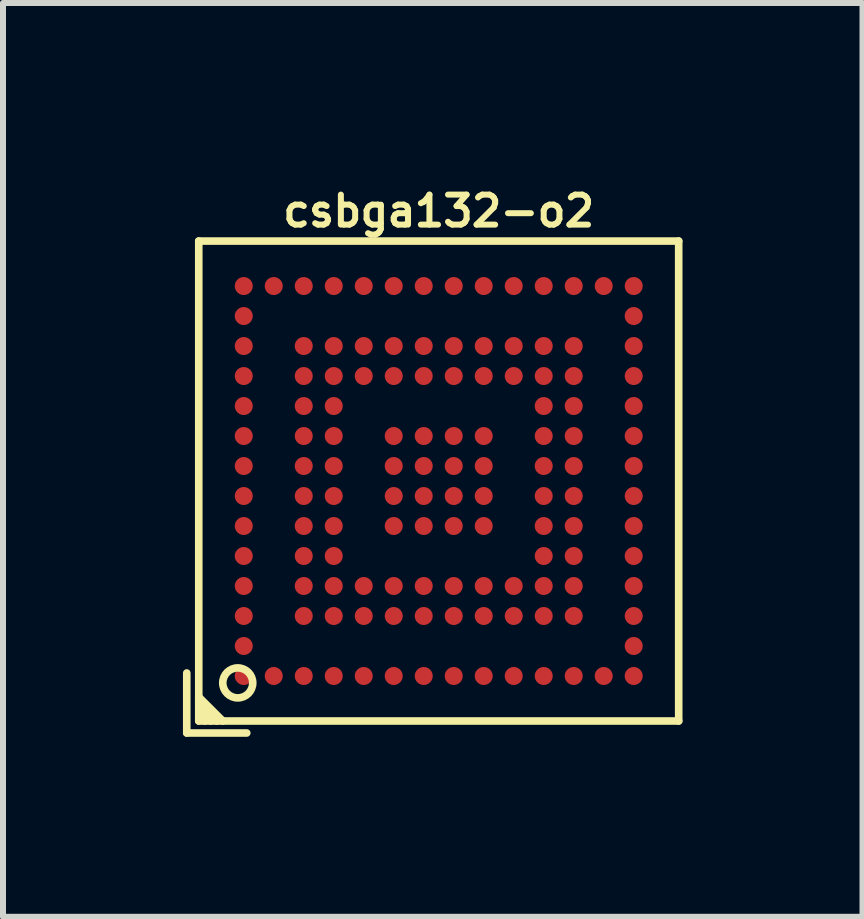
<source format=kicad_pcb>
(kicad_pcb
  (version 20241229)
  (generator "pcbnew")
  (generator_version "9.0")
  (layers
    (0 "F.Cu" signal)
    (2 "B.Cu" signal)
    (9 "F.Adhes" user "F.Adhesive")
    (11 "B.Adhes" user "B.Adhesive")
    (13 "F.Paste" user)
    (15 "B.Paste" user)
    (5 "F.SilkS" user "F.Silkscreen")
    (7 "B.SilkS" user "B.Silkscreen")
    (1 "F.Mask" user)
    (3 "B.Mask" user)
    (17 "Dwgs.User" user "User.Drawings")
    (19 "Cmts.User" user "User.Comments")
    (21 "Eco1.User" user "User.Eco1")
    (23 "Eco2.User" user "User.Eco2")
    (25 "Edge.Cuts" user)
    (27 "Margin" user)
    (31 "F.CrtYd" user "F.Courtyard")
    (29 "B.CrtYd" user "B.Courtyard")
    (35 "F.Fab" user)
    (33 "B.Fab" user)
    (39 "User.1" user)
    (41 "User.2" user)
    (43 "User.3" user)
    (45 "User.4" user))
  (footprint "csbga132-o2"
    (layer "F.Cu")
    (at 4.263 4.968)
    (property "Reference" "csbga132-o2" (at 0 -4.5 0) (layer "F.SilkS") (effects (font (size 0.5 0.5) (thickness 0.1))))
    (attr through_hole)
    (fp_line (start -4.2 3.2) (end -4.2 4.2) (stroke (width 0.127) (type solid)) (layer "F.SilkS"))
    (fp_line (start -4.2 4.2) (end -3.2 4.2) (stroke (width 0.127) (type solid)) (layer "F.SilkS"))
    (fp_line (start -4 -4) (end 4 -4) (stroke (width 0.127) (type solid)) (layer "F.SilkS"))
    (fp_line (start -4 3.6) (end -3.6 4) (stroke (width 0.127) (type solid)) (layer "F.SilkS"))
    (fp_line (start -4 3.7) (end -3.7 4) (stroke (width 0.127) (type solid)) (layer "F.SilkS"))
    (fp_line (start -4 4) (end -4 -4) (stroke (width 0.127) (type solid)) (layer "F.SilkS"))
    (fp_line (start -3.9 4) (end -4 3.9) (stroke (width 0.127) (type solid)) (layer "F.SilkS"))
    (fp_line (start -3.8 4) (end -4 3.8) (stroke (width 0.127) (type solid)) (layer "F.SilkS"))
    (fp_line (start 4 -4) (end 4 4) (stroke (width 0.127) (type solid)) (layer "F.SilkS"))
    (fp_line (start 4 4) (end -4 4) (stroke (width 0.127) (type solid)) (layer "F.SilkS"))
    (fp_circle (center -3.35 3.365) (end -3.6 3.365) (stroke (width 0.127) (type solid)) (fill no) (layer "F.SilkS"))
    (pad "A1" smd circle (at -3.25 3.25) (size 0.3 0.3) (layers "F.Cu" "F.Mask" "F.Paste"))
    (pad "A2" smd circle (at -3.25 2.75) (size 0.3 0.3) (layers "F.Cu" "F.Mask" "F.Paste"))
    (pad "A3" smd circle (at -3.25 2.25) (size 0.3 0.3) (layers "F.Cu" "F.Mask" "F.Paste"))
    (pad "A4" smd circle (at -3.25 1.75) (size 0.3 0.3) (layers "F.Cu" "F.Mask" "F.Paste"))
    (pad "A5" smd circle (at -3.25 1.25) (size 0.3 0.3) (layers "F.Cu" "F.Mask" "F.Paste"))
    (pad "A6" smd circle (at -3.25 0.75) (size 0.3 0.3) (layers "F.Cu" "F.Mask" "F.Paste"))
    (pad "A7" smd circle (at -3.25 0.25) (size 0.3 0.3) (layers "F.Cu" "F.Mask" "F.Paste"))
    (pad "A8" smd circle (at -3.25 -0.25) (size 0.3 0.3) (layers "F.Cu" "F.Mask" "F.Paste"))
    (pad "A9" smd circle (at -3.25 -0.75) (size 0.3 0.3) (layers "F.Cu" "F.Mask" "F.Paste"))
    (pad "A10" smd circle (at -3.25 -1.25) (size 0.3 0.3) (layers "F.Cu" "F.Mask" "F.Paste"))
    (pad "A11" smd circle (at -3.25 -1.75) (size 0.3 0.3) (layers "F.Cu" "F.Mask" "F.Paste"))
    (pad "A12" smd circle (at -3.25 -2.25) (size 0.3 0.3) (layers "F.Cu" "F.Mask" "F.Paste"))
    (pad "A13" smd circle (at -3.25 -2.75) (size 0.3 0.3) (layers "F.Cu" "F.Mask" "F.Paste"))
    (pad "A14" smd circle (at -3.25 -3.25) (size 0.3 0.3) (layers "F.Cu" "F.Mask" "F.Paste"))
    (pad "B1" smd circle (at -2.75 3.25) (size 0.3 0.3) (layers "F.Cu" "F.Mask" "F.Paste"))
    (pad "B14" smd circle (at -2.75 -3.25) (size 0.3 0.3) (layers "F.Cu" "F.Mask" "F.Paste"))
    (pad "C1" smd circle (at -2.25 3.25) (size 0.3 0.3) (layers "F.Cu" "F.Mask" "F.Paste"))
    (pad "C3" smd circle (at -2.25 2.25) (size 0.3 0.3) (layers "F.Cu" "F.Mask" "F.Paste"))
    (pad "C4" smd circle (at -2.25 1.75) (size 0.3 0.3) (layers "F.Cu" "F.Mask" "F.Paste"))
    (pad "C5" smd circle (at -2.25 1.25) (size 0.3 0.3) (layers "F.Cu" "F.Mask" "F.Paste"))
    (pad "C6" smd circle (at -2.25 0.75) (size 0.3 0.3) (layers "F.Cu" "F.Mask" "F.Paste"))
    (pad "C7" smd circle (at -2.25 0.25) (size 0.3 0.3) (layers "F.Cu" "F.Mask" "F.Paste"))
    (pad "C8" smd circle (at -2.25 -0.25) (size 0.3 0.3) (layers "F.Cu" "F.Mask" "F.Paste"))
    (pad "C9" smd circle (at -2.25 -0.75) (size 0.3 0.3) (layers "F.Cu" "F.Mask" "F.Paste"))
    (pad "C10" smd circle (at -2.25 -1.25) (size 0.3 0.3) (layers "F.Cu" "F.Mask" "F.Paste"))
    (pad "C11" smd circle (at -2.25 -1.75) (size 0.3 0.3) (layers "F.Cu" "F.Mask" "F.Paste"))
    (pad "C12" smd circle (at -2.25 -2.25) (size 0.3 0.3) (layers "F.Cu" "F.Mask" "F.Paste"))
    (pad "C14" smd circle (at -2.25 -3.25) (size 0.3 0.3) (layers "F.Cu" "F.Mask" "F.Paste"))
    (pad "D1" smd circle (at -1.75 3.25) (size 0.3 0.3) (layers "F.Cu" "F.Mask" "F.Paste"))
    (pad "D3" smd circle (at -1.75 2.25) (size 0.3 0.3) (layers "F.Cu" "F.Mask" "F.Paste"))
    (pad "D4" smd circle (at -1.75 1.75) (size 0.3 0.3) (layers "F.Cu" "F.Mask" "F.Paste"))
    (pad "D5" smd circle (at -1.75 1.25) (size 0.3 0.3) (layers "F.Cu" "F.Mask" "F.Paste"))
    (pad "D6" smd circle (at -1.75 0.75) (size 0.3 0.3) (layers "F.Cu" "F.Mask" "F.Paste"))
    (pad "D7" smd circle (at -1.75 0.25) (size 0.3 0.3) (layers "F.Cu" "F.Mask" "F.Paste"))
    (pad "D8" smd circle (at -1.75 -0.25) (size 0.3 0.3) (layers "F.Cu" "F.Mask" "F.Paste"))
    (pad "D9" smd circle (at -1.75 -0.75) (size 0.3 0.3) (layers "F.Cu" "F.Mask" "F.Paste"))
    (pad "D10" smd circle (at -1.75 -1.25) (size 0.3 0.3) (layers "F.Cu" "F.Mask" "F.Paste"))
    (pad "D11" smd circle (at -1.75 -1.75) (size 0.3 0.3) (layers "F.Cu" "F.Mask" "F.Paste"))
    (pad "D12" smd circle (at -1.75 -2.25) (size 0.3 0.3) (layers "F.Cu" "F.Mask" "F.Paste"))
    (pad "D14" smd circle (at -1.75 -3.25) (size 0.3 0.3) (layers "F.Cu" "F.Mask" "F.Paste"))
    (pad "E1" smd circle (at -1.25 3.25) (size 0.3 0.3) (layers "F.Cu" "F.Mask" "F.Paste"))
    (pad "E3" smd circle (at -1.25 2.25) (size 0.3 0.3) (layers "F.Cu" "F.Mask" "F.Paste"))
    (pad "E4" smd circle (at -1.25 1.75) (size 0.3 0.3) (layers "F.Cu" "F.Mask" "F.Paste"))
    (pad "E11" smd circle (at -1.25 -1.75) (size 0.3 0.3) (layers "F.Cu" "F.Mask" "F.Paste"))
    (pad "E12" smd circle (at -1.25 -2.25) (size 0.3 0.3) (layers "F.Cu" "F.Mask" "F.Paste"))
    (pad "E14" smd circle (at -1.25 -3.25) (size 0.3 0.3) (layers "F.Cu" "F.Mask" "F.Paste"))
    (pad "F1" smd circle (at -0.75 3.25) (size 0.3 0.3) (layers "F.Cu" "F.Mask" "F.Paste"))
    (pad "F3" smd circle (at -0.75 2.25) (size 0.3 0.3) (layers "F.Cu" "F.Mask" "F.Paste"))
    (pad "F4" smd circle (at -0.75 1.75) (size 0.3 0.3) (layers "F.Cu" "F.Mask" "F.Paste"))
    (pad "F6" smd circle (at -0.75 0.75) (size 0.3 0.3) (layers "F.Cu" "F.Mask" "F.Paste"))
    (pad "F7" smd circle (at -0.75 0.25) (size 0.3 0.3) (layers "F.Cu" "F.Mask" "F.Paste"))
    (pad "F8" smd circle (at -0.75 -0.25) (size 0.3 0.3) (layers "F.Cu" "F.Mask" "F.Paste"))
    (pad "F9" smd circle (at -0.75 -0.75) (size 0.3 0.3) (layers "F.Cu" "F.Mask" "F.Paste"))
    (pad "F11" smd circle (at -0.75 -1.75) (size 0.3 0.3) (layers "F.Cu" "F.Mask" "F.Paste"))
    (pad "F12" smd circle (at -0.75 -2.25) (size 0.3 0.3) (layers "F.Cu" "F.Mask" "F.Paste"))
    (pad "F14" smd circle (at -0.75 -3.25) (size 0.3 0.3) (layers "F.Cu" "F.Mask" "F.Paste"))
    (pad "G1" smd circle (at -0.25 3.25) (size 0.3 0.3) (layers "F.Cu" "F.Mask" "F.Paste"))
    (pad "G3" smd circle (at -0.25 2.25) (size 0.3 0.3) (layers "F.Cu" "F.Mask" "F.Paste"))
    (pad "G4" smd circle (at -0.25 1.75) (size 0.3 0.3) (layers "F.Cu" "F.Mask" "F.Paste"))
    (pad "G6" smd circle (at -0.25 0.75) (size 0.3 0.3) (layers "F.Cu" "F.Mask" "F.Paste"))
    (pad "G7" smd circle (at -0.25 0.25) (size 0.3 0.3) (layers "F.Cu" "F.Mask" "F.Paste"))
    (pad "G8" smd circle (at -0.25 -0.25) (size 0.3 0.3) (layers "F.Cu" "F.Mask" "F.Paste"))
    (pad "G9" smd circle (at -0.25 -0.75) (size 0.3 0.3) (layers "F.Cu" "F.Mask" "F.Paste"))
    (pad "G11" smd circle (at -0.25 -1.75) (size 0.3 0.3) (layers "F.Cu" "F.Mask" "F.Paste"))
    (pad "G12" smd circle (at -0.25 -2.25) (size 0.3 0.3) (layers "F.Cu" "F.Mask" "F.Paste"))
    (pad "G14" smd circle (at -0.25 -3.25) (size 0.3 0.3) (layers "F.Cu" "F.Mask" "F.Paste"))
    (pad "H1" smd circle (at 0.25 3.25) (size 0.3 0.3) (layers "F.Cu" "F.Mask" "F.Paste"))
    (pad "H3" smd circle (at 0.25 2.25) (size 0.3 0.3) (layers "F.Cu" "F.Mask" "F.Paste"))
    (pad "H4" smd circle (at 0.25 1.75) (size 0.3 0.3) (layers "F.Cu" "F.Mask" "F.Paste"))
    (pad "H6" smd circle (at 0.25 0.75) (size 0.3 0.3) (layers "F.Cu" "F.Mask" "F.Paste"))
    (pad "H7" smd circle (at 0.25 0.25) (size 0.3 0.3) (layers "F.Cu" "F.Mask" "F.Paste"))
    (pad "H8" smd circle (at 0.25 -0.25) (size 0.3 0.3) (layers "F.Cu" "F.Mask" "F.Paste"))
    (pad "H9" smd circle (at 0.25 -0.75) (size 0.3 0.3) (layers "F.Cu" "F.Mask" "F.Paste"))
    (pad "H11" smd circle (at 0.25 -1.75) (size 0.3 0.3) (layers "F.Cu" "F.Mask" "F.Paste"))
    (pad "H12" smd circle (at 0.25 -2.25) (size 0.3 0.3) (layers "F.Cu" "F.Mask" "F.Paste"))
    (pad "H14" smd circle (at 0.25 -3.25) (size 0.3 0.3) (layers "F.Cu" "F.Mask" "F.Paste"))
    (pad "J1" smd circle (at 0.75 3.25) (size 0.3 0.3) (layers "F.Cu" "F.Mask" "F.Paste"))
    (pad "J3" smd circle (at 0.75 2.25) (size 0.3 0.3) (layers "F.Cu" "F.Mask" "F.Paste"))
    (pad "J4" smd circle (at 0.75 1.75) (size 0.3 0.3) (layers "F.Cu" "F.Mask" "F.Paste"))
    (pad "J6" smd circle (at 0.75 0.75) (size 0.3 0.3) (layers "F.Cu" "F.Mask" "F.Paste"))
    (pad "J7" smd circle (at 0.75 0.25) (size 0.3 0.3) (layers "F.Cu" "F.Mask" "F.Paste"))
    (pad "J8" smd circle (at 0.75 -0.25) (size 0.3 0.3) (layers "F.Cu" "F.Mask" "F.Paste"))
    (pad "J9" smd circle (at 0.75 -0.75) (size 0.3 0.3) (layers "F.Cu" "F.Mask" "F.Paste"))
    (pad "J11" smd circle (at 0.75 -1.75) (size 0.3 0.3) (layers "F.Cu" "F.Mask" "F.Paste"))
    (pad "J12" smd circle (at 0.75 -2.25) (size 0.3 0.3) (layers "F.Cu" "F.Mask" "F.Paste"))
    (pad "J14" smd circle (at 0.75 -3.25) (size 0.3 0.3) (layers "F.Cu" "F.Mask" "F.Paste"))
    (pad "K1" smd circle (at 1.25 3.25) (size 0.3 0.3) (layers "F.Cu" "F.Mask" "F.Paste"))
    (pad "K3" smd circle (at 1.25 2.25) (size 0.3 0.3) (layers "F.Cu" "F.Mask" "F.Paste"))
    (pad "K4" smd circle (at 1.25 1.75) (size 0.3 0.3) (layers "F.Cu" "F.Mask" "F.Paste"))
    (pad "K11" smd circle (at 1.25 -1.75) (size 0.3 0.3) (layers "F.Cu" "F.Mask" "F.Paste"))
    (pad "K12" smd circle (at 1.25 -2.25) (size 0.3 0.3) (layers "F.Cu" "F.Mask" "F.Paste"))
    (pad "K14" smd circle (at 1.25 -3.25) (size 0.3 0.3) (layers "F.Cu" "F.Mask" "F.Paste"))
    (pad "L1" smd circle (at 1.75 3.25) (size 0.3 0.3) (layers "F.Cu" "F.Mask" "F.Paste"))
    (pad "L3" smd circle (at 1.75 2.25) (size 0.3 0.3) (layers "F.Cu" "F.Mask" "F.Paste"))
    (pad "L4" smd circle (at 1.75 1.75) (size 0.3 0.3) (layers "F.Cu" "F.Mask" "F.Paste"))
    (pad "L5" smd circle (at 1.75 1.25) (size 0.3 0.3) (layers "F.Cu" "F.Mask" "F.Paste"))
    (pad "L6" smd circle (at 1.75 0.75) (size 0.3 0.3) (layers "F.Cu" "F.Mask" "F.Paste"))
    (pad "L7" smd circle (at 1.75 0.25) (size 0.3 0.3) (layers "F.Cu" "F.Mask" "F.Paste"))
    (pad "L8" smd circle (at 1.75 -0.25) (size 0.3 0.3) (layers "F.Cu" "F.Mask" "F.Paste"))
    (pad "L9" smd circle (at 1.75 -0.75) (size 0.3 0.3) (layers "F.Cu" "F.Mask" "F.Paste"))
    (pad "L10" smd circle (at 1.75 -1.25) (size 0.3 0.3) (layers "F.Cu" "F.Mask" "F.Paste"))
    (pad "L11" smd circle (at 1.75 -1.75) (size 0.3 0.3) (layers "F.Cu" "F.Mask" "F.Paste"))
    (pad "L12" smd circle (at 1.75 -2.25) (size 0.3 0.3) (layers "F.Cu" "F.Mask" "F.Paste"))
    (pad "L14" smd circle (at 1.75 -3.25) (size 0.3 0.3) (layers "F.Cu" "F.Mask" "F.Paste"))
    (pad "M1" smd circle (at 2.25 3.25) (size 0.3 0.3) (layers "F.Cu" "F.Mask" "F.Paste"))
    (pad "M3" smd circle (at 2.25 2.25) (size 0.3 0.3) (layers "F.Cu" "F.Mask" "F.Paste"))
    (pad "M4" smd circle (at 2.25 1.75) (size 0.3 0.3) (layers "F.Cu" "F.Mask" "F.Paste"))
    (pad "M5" smd circle (at 2.25 1.25) (size 0.3 0.3) (layers "F.Cu" "F.Mask" "F.Paste"))
    (pad "M6" smd circle (at 2.25 0.75) (size 0.3 0.3) (layers "F.Cu" "F.Mask" "F.Paste"))
    (pad "M7" smd circle (at 2.25 0.25) (size 0.3 0.3) (layers "F.Cu" "F.Mask" "F.Paste"))
    (pad "M8" smd circle (at 2.25 -0.25) (size 0.3 0.3) (layers "F.Cu" "F.Mask" "F.Paste"))
    (pad "M9" smd circle (at 2.25 -0.75) (size 0.3 0.3) (layers "F.Cu" "F.Mask" "F.Paste"))
    (pad "M10" smd circle (at 2.25 -1.25) (size 0.3 0.3) (layers "F.Cu" "F.Mask" "F.Paste"))
    (pad "M11" smd circle (at 2.25 -1.75) (size 0.3 0.3) (layers "F.Cu" "F.Mask" "F.Paste"))
    (pad "M12" smd circle (at 2.25 -2.25) (size 0.3 0.3) (layers "F.Cu" "F.Mask" "F.Paste"))
    (pad "M14" smd circle (at 2.25 -3.25) (size 0.3 0.3) (layers "F.Cu" "F.Mask" "F.Paste"))
    (pad "N1" smd circle (at 2.75 3.25) (size 0.3 0.3) (layers "F.Cu" "F.Mask" "F.Paste"))
    (pad "N14" smd circle (at 2.75 -3.25) (size 0.3 0.3) (layers "F.Cu" "F.Mask" "F.Paste"))
    (pad "P1" smd circle (at 3.25 3.25) (size 0.3 0.3) (layers "F.Cu" "F.Mask" "F.Paste"))
    (pad "P2" smd circle (at 3.25 2.75) (size 0.3 0.3) (layers "F.Cu" "F.Mask" "F.Paste"))
    (pad "P3" smd circle (at 3.25 2.25) (size 0.3 0.3) (layers "F.Cu" "F.Mask" "F.Paste"))
    (pad "P4" smd circle (at 3.25 1.75) (size 0.3 0.3) (layers "F.Cu" "F.Mask" "F.Paste"))
    (pad "P5" smd circle (at 3.25 1.25) (size 0.3 0.3) (layers "F.Cu" "F.Mask" "F.Paste"))
    (pad "P6" smd circle (at 3.25 0.75) (size 0.3 0.3) (layers "F.Cu" "F.Mask" "F.Paste"))
    (pad "P7" smd circle (at 3.25 0.25) (size 0.3 0.3) (layers "F.Cu" "F.Mask" "F.Paste"))
    (pad "P8" smd circle (at 3.25 -0.25) (size 0.3 0.3) (layers "F.Cu" "F.Mask" "F.Paste"))
    (pad "P9" smd circle (at 3.25 -0.75) (size 0.3 0.3) (layers "F.Cu" "F.Mask" "F.Paste"))
    (pad "P10" smd circle (at 3.25 -1.25) (size 0.3 0.3) (layers "F.Cu" "F.Mask" "F.Paste"))
    (pad "P11" smd circle (at 3.25 -1.75) (size 0.3 0.3) (layers "F.Cu" "F.Mask" "F.Paste"))
    (pad "P12" smd circle (at 3.25 -2.25) (size 0.3 0.3) (layers "F.Cu" "F.Mask" "F.Paste"))
    (pad "P13" smd circle (at 3.25 -2.75) (size 0.3 0.3) (layers "F.Cu" "F.Mask" "F.Paste"))
    (pad "P14" smd circle (at 3.25 -3.25) (size 0.3 0.3) (layers "F.Cu" "F.Mask" "F.Paste")))
  (gr_rect
    (start -3 -3)
    (end 11.327 12.232)
    (stroke (width 0.1) (type default))
    (fill no)
    (layer "Edge.Cuts")))
</source>
